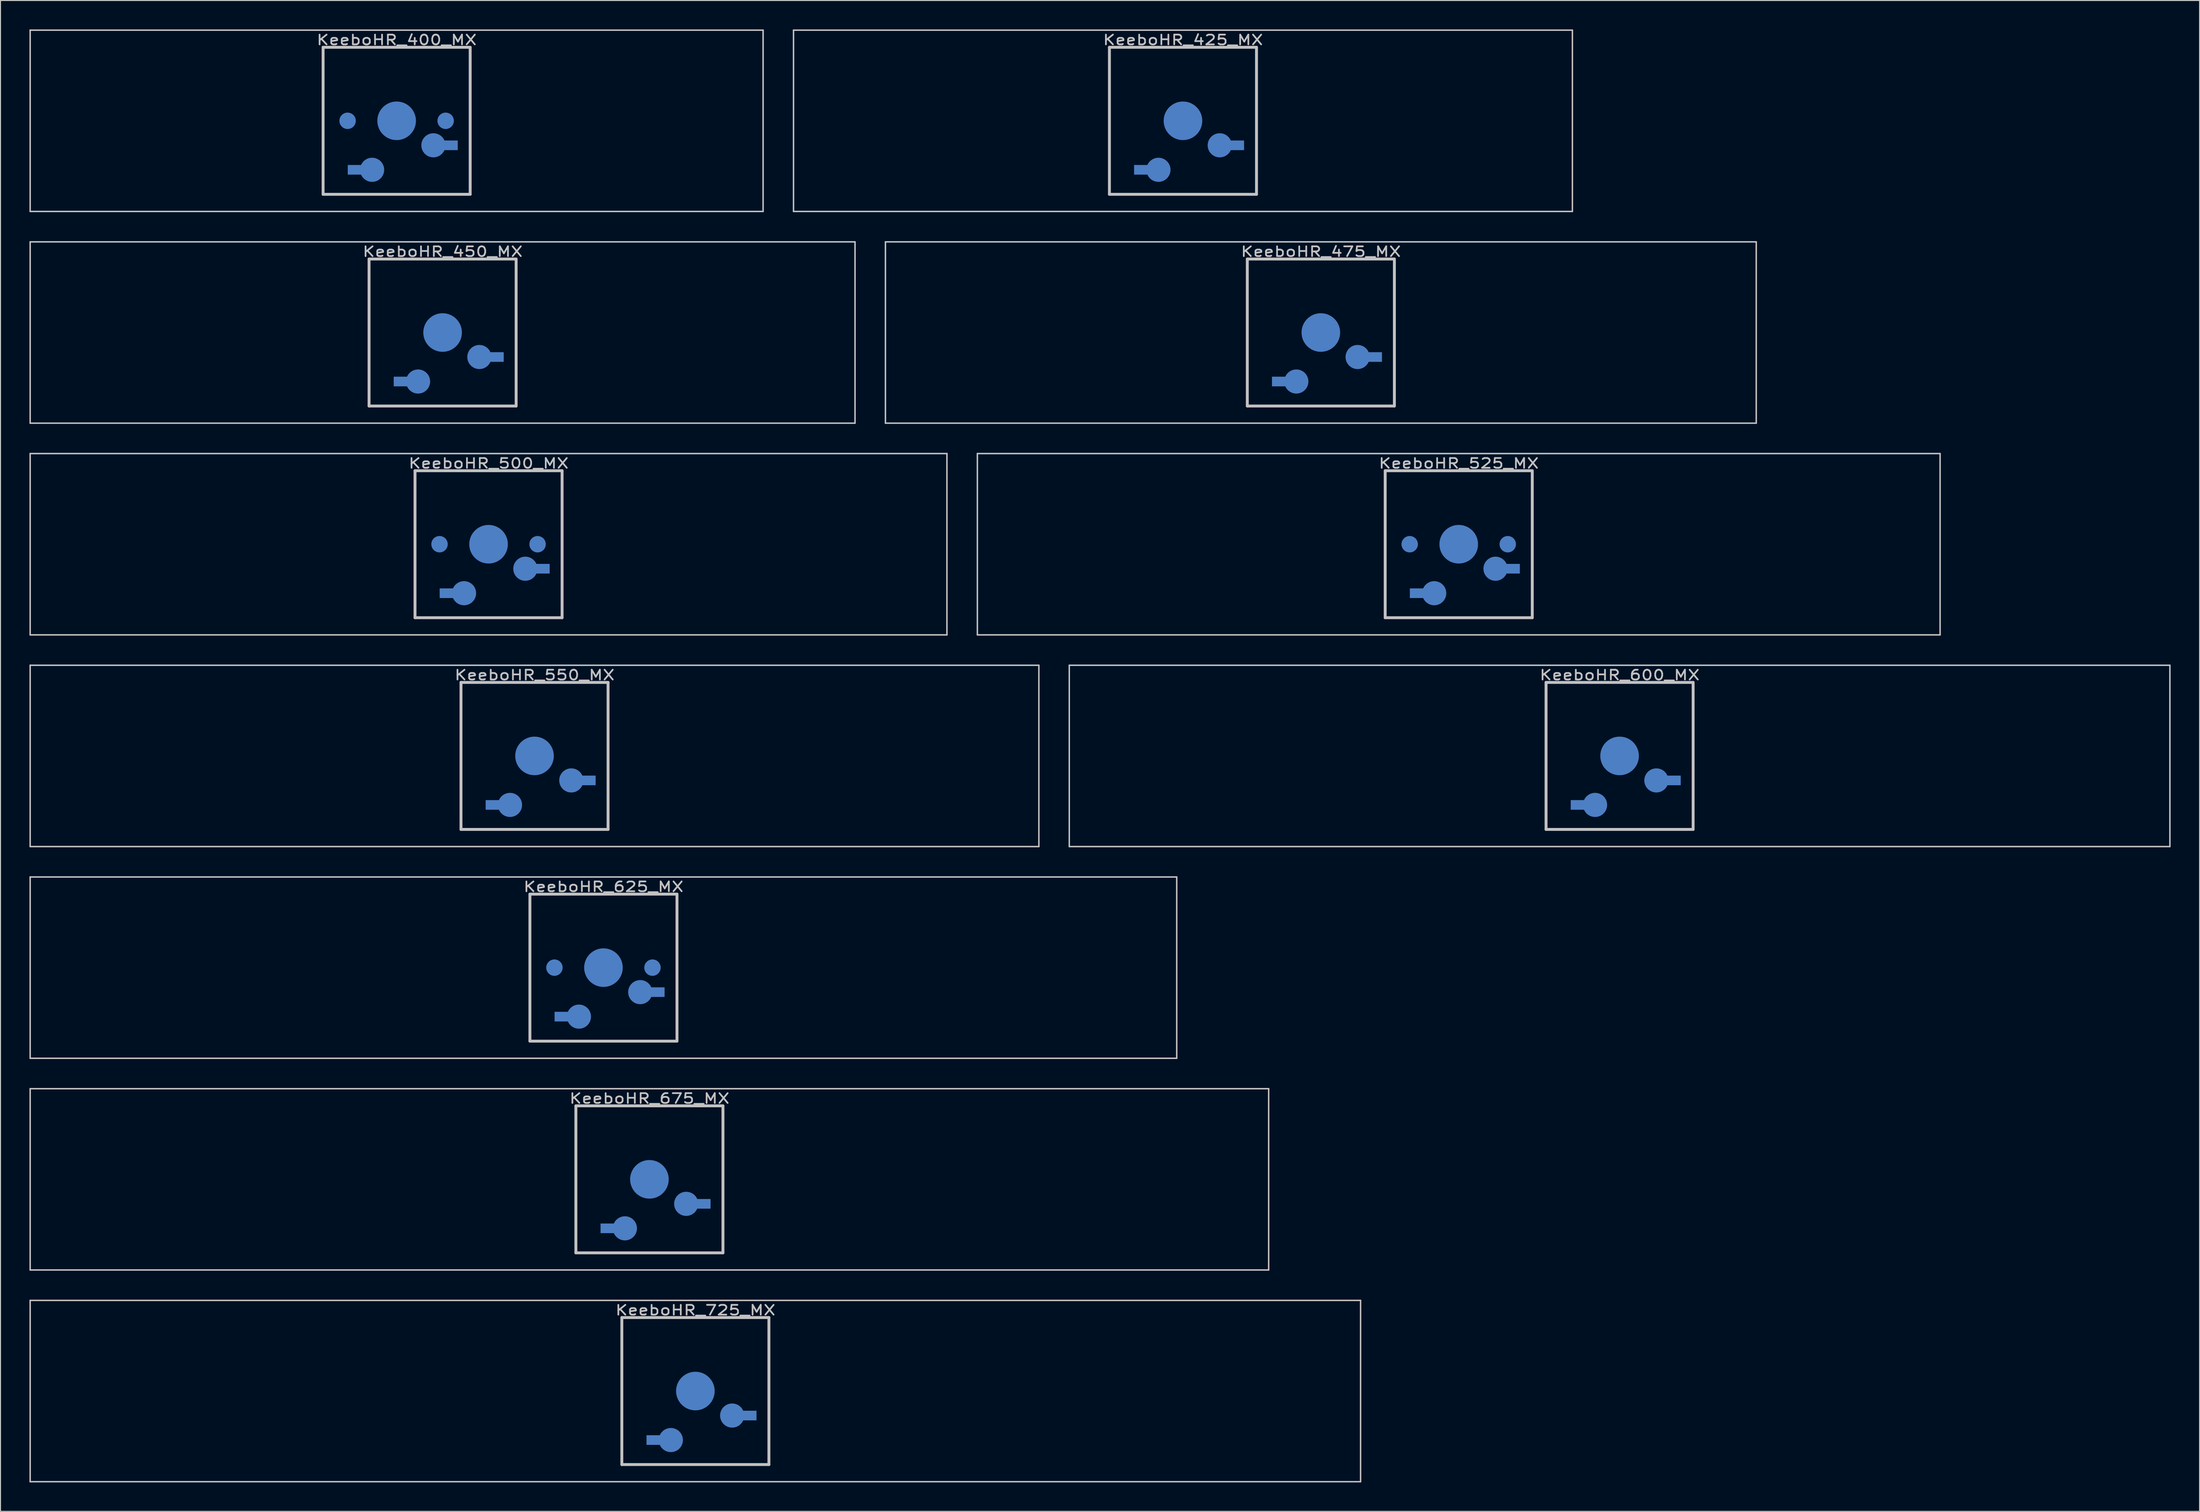
<source format=kicad_pcb>
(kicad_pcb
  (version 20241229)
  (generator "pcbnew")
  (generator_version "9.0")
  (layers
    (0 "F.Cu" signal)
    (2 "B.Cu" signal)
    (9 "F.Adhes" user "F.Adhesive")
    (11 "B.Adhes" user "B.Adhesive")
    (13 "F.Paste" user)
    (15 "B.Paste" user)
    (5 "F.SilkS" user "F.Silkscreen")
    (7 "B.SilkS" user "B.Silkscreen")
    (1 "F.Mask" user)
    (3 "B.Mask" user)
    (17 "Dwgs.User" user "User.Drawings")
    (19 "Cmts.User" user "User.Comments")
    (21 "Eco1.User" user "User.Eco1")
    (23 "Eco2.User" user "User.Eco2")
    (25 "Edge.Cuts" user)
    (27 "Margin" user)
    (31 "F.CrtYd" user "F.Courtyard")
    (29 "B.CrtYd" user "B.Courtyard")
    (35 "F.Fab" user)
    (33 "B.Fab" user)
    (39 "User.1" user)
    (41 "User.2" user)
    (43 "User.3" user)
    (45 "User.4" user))
  (footprint "KeeboHR_550_MX"
    (layer "B.Cu")
    (at 52.337 75.319)
    (property "Reference" "KeeboHR_550_MX" (at 0 -8.382 0) (layer "Dwgs.User") (effects (font (size 1.016 1.27) (thickness 0.178))))
    (attr through_hole)
    (fp_line (start -52.261 -9.398) (end 52.261 -9.398) (stroke (width 0.152) (type solid)) (layer "Dwgs.User"))
    (fp_line (start -52.261 9.398) (end -52.261 -9.398) (stroke (width 0.152) (type solid)) (layer "Dwgs.User"))
    (fp_line (start -7.62 -7.62) (end 7.62 -7.62) (stroke (width 0.3) (type solid)) (layer "Dwgs.User"))
    (fp_line (start -7.62 7.62) (end -7.62 -7.62) (stroke (width 0.3) (type solid)) (layer "Dwgs.User"))
    (fp_line (start 7.62 -7.62) (end 7.62 7.62) (stroke (width 0.3) (type solid)) (layer "Dwgs.User"))
    (fp_line (start 7.62 7.62) (end -7.62 7.62) (stroke (width 0.3) (type solid)) (layer "Dwgs.User"))
    (fp_line (start 52.261 -9.398) (end 52.261 9.398) (stroke (width 0.152) (type solid)) (layer "Dwgs.User"))
    (fp_line (start 52.261 9.398) (end -52.261 9.398) (stroke (width 0.152) (type solid)) (layer "Dwgs.User"))
    (pad "" smd circle (at 0 0) (size 4 4) (layers "B.Cu" "B.Mask"))
    (pad "1" smd circle (at 3.81 2.54) (size 2.5 2.5) (layers "B.Cu" "B.Mask"))
    (pad "1" smd rect (at 5.334 2.54) (size 2 1) (layers "B.Cu" "B.Mask"))
    (pad "2" smd rect (at -4.064 5.08) (size 2 1) (layers "B.Cu" "B.Mask"))
    (pad "2" smd circle (at -2.54 5.08) (size 2.5 2.5) (layers "B.Cu" "B.Mask")))
  (footprint "KeeboHR_450_MX"
    (layer "B.Cu")
    (at 42.812 31.423)
    (property "Reference" "KeeboHR_450_MX" (at 0 -8.382 0) (layer "Dwgs.User") (effects (font (size 1.016 1.27) (thickness 0.178))))
    (attr through_hole)
    (fp_line (start -42.736 -9.398) (end 42.736 -9.398) (stroke (width 0.152) (type solid)) (layer "Dwgs.User"))
    (fp_line (start -42.736 9.398) (end -42.736 -9.398) (stroke (width 0.152) (type solid)) (layer "Dwgs.User"))
    (fp_line (start -7.62 -7.62) (end 7.62 -7.62) (stroke (width 0.3) (type solid)) (layer "Dwgs.User"))
    (fp_line (start -7.62 7.62) (end -7.62 -7.62) (stroke (width 0.3) (type solid)) (layer "Dwgs.User"))
    (fp_line (start 7.62 -7.62) (end 7.62 7.62) (stroke (width 0.3) (type solid)) (layer "Dwgs.User"))
    (fp_line (start 7.62 7.62) (end -7.62 7.62) (stroke (width 0.3) (type solid)) (layer "Dwgs.User"))
    (fp_line (start 42.736 -9.398) (end 42.736 9.398) (stroke (width 0.152) (type solid)) (layer "Dwgs.User"))
    (fp_line (start 42.736 9.398) (end -42.736 9.398) (stroke (width 0.152) (type solid)) (layer "Dwgs.User"))
    (pad "" smd circle (at 0 0) (size 4 4) (layers "B.Cu" "B.Mask"))
    (pad "1" smd circle (at 3.81 2.54) (size 2.5 2.5) (layers "B.Cu" "B.Mask"))
    (pad "1" smd rect (at 5.334 2.54) (size 2 1) (layers "B.Cu" "B.Mask"))
    (pad "2" smd rect (at -4.064 5.08) (size 2 1) (layers "B.Cu" "B.Mask"))
    (pad "2" smd circle (at -2.54 5.08) (size 2.5 2.5) (layers "B.Cu" "B.Mask")))
  (footprint "KeeboHR_625_MX"
    (layer "B.Cu")
    (at 59.48 97.268)
    (property "Reference" "KeeboHR_625_MX" (at 0 -8.382 0) (layer "Dwgs.User") (effects (font (size 1.016 1.27) (thickness 0.178))))
    (attr through_hole)
    (fp_line (start -59.404 -9.398) (end 59.404 -9.398) (stroke (width 0.152) (type solid)) (layer "Dwgs.User"))
    (fp_line (start -59.404 9.398) (end -59.404 -9.398) (stroke (width 0.152) (type solid)) (layer "Dwgs.User"))
    (fp_line (start -7.62 -7.62) (end 7.62 -7.62) (stroke (width 0.3) (type solid)) (layer "Dwgs.User"))
    (fp_line (start -7.62 7.62) (end -7.62 -7.62) (stroke (width 0.3) (type solid)) (layer "Dwgs.User"))
    (fp_line (start 7.62 -7.62) (end 7.62 7.62) (stroke (width 0.3) (type solid)) (layer "Dwgs.User"))
    (fp_line (start 7.62 7.62) (end -7.62 7.62) (stroke (width 0.3) (type solid)) (layer "Dwgs.User"))
    (fp_line (start 59.404 -9.398) (end 59.404 9.398) (stroke (width 0.152) (type solid)) (layer "Dwgs.User"))
    (fp_line (start 59.404 9.398) (end -59.404 9.398) (stroke (width 0.152) (type solid)) (layer "Dwgs.User"))
    (pad "" smd circle (at -5.08 0) (size 1.7 1.7) (layers "B.Cu" "B.Mask"))
    (pad "" smd circle (at 0 0) (size 4 4) (layers "B.Cu" "B.Mask"))
    (pad "" smd circle (at 5.08 0) (size 1.7 1.7) (layers "B.Cu" "B.Mask"))
    (pad "1" smd circle (at 3.81 2.54) (size 2.5 2.5) (layers "B.Cu" "B.Mask"))
    (pad "1" smd rect (at 5.334 2.54) (size 2 1) (layers "B.Cu" "B.Mask"))
    (pad "2" smd rect (at -4.064 5.08) (size 2 1) (layers "B.Cu" "B.Mask"))
    (pad "2" smd circle (at -2.54 5.08) (size 2.5 2.5) (layers "B.Cu" "B.Mask")))
  (footprint "KeeboHR_475_MX"
    (layer "B.Cu")
    (at 133.816 31.423)
    (property "Reference" "KeeboHR_475_MX" (at 0 -8.382 0) (layer "Dwgs.User") (effects (font (size 1.016 1.27) (thickness 0.178))))
    (attr through_hole)
    (fp_line (start -45.117 -9.398) (end 45.117 -9.398) (stroke (width 0.152) (type solid)) (layer "Dwgs.User"))
    (fp_line (start -45.117 9.398) (end -45.117 -9.398) (stroke (width 0.152) (type solid)) (layer "Dwgs.User"))
    (fp_line (start -7.62 -7.62) (end 7.62 -7.62) (stroke (width 0.3) (type solid)) (layer "Dwgs.User"))
    (fp_line (start -7.62 7.62) (end -7.62 -7.62) (stroke (width 0.3) (type solid)) (layer "Dwgs.User"))
    (fp_line (start 7.62 -7.62) (end 7.62 7.62) (stroke (width 0.3) (type solid)) (layer "Dwgs.User"))
    (fp_line (start 7.62 7.62) (end -7.62 7.62) (stroke (width 0.3) (type solid)) (layer "Dwgs.User"))
    (fp_line (start 45.117 -9.398) (end 45.117 9.398) (stroke (width 0.152) (type solid)) (layer "Dwgs.User"))
    (fp_line (start 45.117 9.398) (end -45.117 9.398) (stroke (width 0.152) (type solid)) (layer "Dwgs.User"))
    (pad "" smd circle (at 0 0) (size 4 4) (layers "B.Cu" "B.Mask"))
    (pad "1" smd circle (at 3.81 2.54) (size 2.5 2.5) (layers "B.Cu" "B.Mask"))
    (pad "1" smd rect (at 5.334 2.54) (size 2 1) (layers "B.Cu" "B.Mask"))
    (pad "2" smd rect (at -4.064 5.08) (size 2 1) (layers "B.Cu" "B.Mask"))
    (pad "2" smd circle (at -2.54 5.08) (size 2.5 2.5) (layers "B.Cu" "B.Mask")))
  (footprint "KeeboHR_725_MX"
    (layer "B.Cu")
    (at 69.005 141.165)
    (property "Reference" "KeeboHR_725_MX" (at 0 -8.382 0) (layer "Dwgs.User") (effects (font (size 1.016 1.27) (thickness 0.178))))
    (attr through_hole)
    (fp_line (start -68.929 -9.398) (end 68.929 -9.398) (stroke (width 0.152) (type solid)) (layer "Dwgs.User"))
    (fp_line (start -68.929 9.398) (end -68.929 -9.398) (stroke (width 0.152) (type solid)) (layer "Dwgs.User"))
    (fp_line (start -7.62 -7.62) (end 7.62 -7.62) (stroke (width 0.3) (type solid)) (layer "Dwgs.User"))
    (fp_line (start -7.62 7.62) (end -7.62 -7.62) (stroke (width 0.3) (type solid)) (layer "Dwgs.User"))
    (fp_line (start 7.62 -7.62) (end 7.62 7.62) (stroke (width 0.3) (type solid)) (layer "Dwgs.User"))
    (fp_line (start 7.62 7.62) (end -7.62 7.62) (stroke (width 0.3) (type solid)) (layer "Dwgs.User"))
    (fp_line (start 68.929 -9.398) (end 68.929 9.398) (stroke (width 0.152) (type solid)) (layer "Dwgs.User"))
    (fp_line (start 68.929 9.398) (end -68.929 9.398) (stroke (width 0.152) (type solid)) (layer "Dwgs.User"))
    (pad "" smd circle (at 0 0) (size 4 4) (layers "B.Cu" "B.Mask"))
    (pad "1" smd circle (at 3.81 2.54) (size 2.5 2.5) (layers "B.Cu" "B.Mask"))
    (pad "1" smd rect (at 5.334 2.54) (size 2 1) (layers "B.Cu" "B.Mask"))
    (pad "2" smd rect (at -4.064 5.08) (size 2 1) (layers "B.Cu" "B.Mask"))
    (pad "2" smd circle (at -2.54 5.08) (size 2.5 2.5) (layers "B.Cu" "B.Mask")))
  (footprint "KeeboHR_500_MX"
    (layer "B.Cu")
    (at 47.574 53.371)
    (property "Reference" "KeeboHR_500_MX" (at 0 -8.382 0) (layer "Dwgs.User") (effects (font (size 1.016 1.27) (thickness 0.178))))
    (attr through_hole)
    (fp_line (start -47.498 -9.398) (end 47.498 -9.398) (stroke (width 0.152) (type solid)) (layer "Dwgs.User"))
    (fp_line (start -47.498 9.398) (end -47.498 -9.398) (stroke (width 0.152) (type solid)) (layer "Dwgs.User"))
    (fp_line (start -7.62 -7.62) (end 7.62 -7.62) (stroke (width 0.3) (type solid)) (layer "Dwgs.User"))
    (fp_line (start -7.62 7.62) (end -7.62 -7.62) (stroke (width 0.3) (type solid)) (layer "Dwgs.User"))
    (fp_line (start 7.62 -7.62) (end 7.62 7.62) (stroke (width 0.3) (type solid)) (layer "Dwgs.User"))
    (fp_line (start 7.62 7.62) (end -7.62 7.62) (stroke (width 0.3) (type solid)) (layer "Dwgs.User"))
    (fp_line (start 47.498 -9.398) (end 47.498 9.398) (stroke (width 0.152) (type solid)) (layer "Dwgs.User"))
    (fp_line (start 47.498 9.398) (end -47.498 9.398) (stroke (width 0.152) (type solid)) (layer "Dwgs.User"))
    (pad "" smd circle (at -5.08 0) (size 1.7 1.7) (layers "B.Cu" "B.Mask"))
    (pad "" smd circle (at 0 0) (size 4 4) (layers "B.Cu" "B.Mask"))
    (pad "" smd circle (at 5.08 0) (size 1.7 1.7) (layers "B.Cu" "B.Mask"))
    (pad "1" smd circle (at 3.81 2.54) (size 2.5 2.5) (layers "B.Cu" "B.Mask"))
    (pad "1" smd rect (at 5.334 2.54) (size 2 1) (layers "B.Cu" "B.Mask"))
    (pad "2" smd rect (at -4.064 5.08) (size 2 1) (layers "B.Cu" "B.Mask"))
    (pad "2" smd circle (at -2.54 5.08) (size 2.5 2.5) (layers "B.Cu" "B.Mask")))
  (footprint "KeeboHR_400_MX"
    (layer "B.Cu")
    (at 38.049 9.474)
    (property "Reference" "KeeboHR_400_MX" (at 0 -8.382 0) (layer "Dwgs.User") (effects (font (size 1.016 1.27) (thickness 0.178))))
    (attr through_hole)
    (fp_line (start -37.973 -9.398) (end 37.973 -9.398) (stroke (width 0.152) (type solid)) (layer "Dwgs.User"))
    (fp_line (start -37.973 9.398) (end -37.973 -9.398) (stroke (width 0.152) (type solid)) (layer "Dwgs.User"))
    (fp_line (start -7.62 -7.62) (end 7.62 -7.62) (stroke (width 0.3) (type solid)) (layer "Dwgs.User"))
    (fp_line (start -7.62 7.62) (end -7.62 -7.62) (stroke (width 0.3) (type solid)) (layer "Dwgs.User"))
    (fp_line (start 7.62 -7.62) (end 7.62 7.62) (stroke (width 0.3) (type solid)) (layer "Dwgs.User"))
    (fp_line (start 7.62 7.62) (end -7.62 7.62) (stroke (width 0.3) (type solid)) (layer "Dwgs.User"))
    (fp_line (start 37.973 -9.398) (end 37.973 9.398) (stroke (width 0.152) (type solid)) (layer "Dwgs.User"))
    (fp_line (start 37.973 9.398) (end -37.973 9.398) (stroke (width 0.152) (type solid)) (layer "Dwgs.User"))
    (pad "" smd circle (at -5.08 0) (size 1.7 1.7) (layers "B.Cu" "B.Mask"))
    (pad "" smd circle (at 0 0) (size 4 4) (layers "B.Cu" "B.Mask"))
    (pad "" smd circle (at 5.08 0) (size 1.7 1.7) (layers "B.Cu" "B.Mask"))
    (pad "1" smd circle (at 3.81 2.54) (size 2.5 2.5) (layers "B.Cu" "B.Mask"))
    (pad "1" smd rect (at 5.334 2.54) (size 2 1) (layers "B.Cu" "B.Mask"))
    (pad "2" smd rect (at -4.064 5.08) (size 2 1) (layers "B.Cu" "B.Mask"))
    (pad "2" smd circle (at -2.54 5.08) (size 2.5 2.5) (layers "B.Cu" "B.Mask")))
  (footprint "KeeboHR_600_MX"
    (layer "B.Cu")
    (at 164.773 75.319)
    (property "Reference" "KeeboHR_600_MX" (at 0 -8.382 0) (layer "Dwgs.User") (effects (font (size 1.016 1.27) (thickness 0.178))))
    (attr through_hole)
    (fp_line (start -57.023 -9.398) (end 57.023 -9.398) (stroke (width 0.152) (type solid)) (layer "Dwgs.User"))
    (fp_line (start -57.023 9.398) (end -57.023 -9.398) (stroke (width 0.152) (type solid)) (layer "Dwgs.User"))
    (fp_line (start -7.62 -7.62) (end 7.62 -7.62) (stroke (width 0.3) (type solid)) (layer "Dwgs.User"))
    (fp_line (start -7.62 7.62) (end -7.62 -7.62) (stroke (width 0.3) (type solid)) (layer "Dwgs.User"))
    (fp_line (start 7.62 -7.62) (end 7.62 7.62) (stroke (width 0.3) (type solid)) (layer "Dwgs.User"))
    (fp_line (start 7.62 7.62) (end -7.62 7.62) (stroke (width 0.3) (type solid)) (layer "Dwgs.User"))
    (fp_line (start 57.023 -9.398) (end 57.023 9.398) (stroke (width 0.152) (type solid)) (layer "Dwgs.User"))
    (fp_line (start 57.023 9.398) (end -57.023 9.398) (stroke (width 0.152) (type solid)) (layer "Dwgs.User"))
    (pad "" smd circle (at 0 0) (size 4 4) (layers "B.Cu" "B.Mask"))
    (pad "1" smd circle (at 3.81 2.54) (size 2.5 2.5) (layers "B.Cu" "B.Mask"))
    (pad "1" smd rect (at 5.334 2.54) (size 2 1) (layers "B.Cu" "B.Mask"))
    (pad "2" smd rect (at -4.064 5.08) (size 2 1) (layers "B.Cu" "B.Mask"))
    (pad "2" smd circle (at -2.54 5.08) (size 2.5 2.5) (layers "B.Cu" "B.Mask")))
  (footprint "KeeboHR_525_MX"
    (layer "B.Cu")
    (at 148.104 53.371)
    (property "Reference" "KeeboHR_525_MX" (at 0 -8.382 0) (layer "Dwgs.User") (effects (font (size 1.016 1.27) (thickness 0.178))))
    (attr through_hole)
    (fp_line (start -49.879 -9.398) (end 49.879 -9.398) (stroke (width 0.152) (type solid)) (layer "Dwgs.User"))
    (fp_line (start -49.879 9.398) (end -49.879 -9.398) (stroke (width 0.152) (type solid)) (layer "Dwgs.User"))
    (fp_line (start -7.62 -7.62) (end 7.62 -7.62) (stroke (width 0.3) (type solid)) (layer "Dwgs.User"))
    (fp_line (start -7.62 7.62) (end -7.62 -7.62) (stroke (width 0.3) (type solid)) (layer "Dwgs.User"))
    (fp_line (start 7.62 -7.62) (end 7.62 7.62) (stroke (width 0.3) (type solid)) (layer "Dwgs.User"))
    (fp_line (start 7.62 7.62) (end -7.62 7.62) (stroke (width 0.3) (type solid)) (layer "Dwgs.User"))
    (fp_line (start 49.879 -9.398) (end 49.879 9.398) (stroke (width 0.152) (type solid)) (layer "Dwgs.User"))
    (fp_line (start 49.879 9.398) (end -49.879 9.398) (stroke (width 0.152) (type solid)) (layer "Dwgs.User"))
    (pad "" smd circle (at -5.08 0) (size 1.7 1.7) (layers "B.Cu" "B.Mask"))
    (pad "" smd circle (at 0 0) (size 4 4) (layers "B.Cu" "B.Mask"))
    (pad "" smd circle (at 5.08 0) (size 1.7 1.7) (layers "B.Cu" "B.Mask"))
    (pad "1" smd circle (at 3.81 2.54) (size 2.5 2.5) (layers "B.Cu" "B.Mask"))
    (pad "1" smd rect (at 5.334 2.54) (size 2 1) (layers "B.Cu" "B.Mask"))
    (pad "2" smd rect (at -4.064 5.08) (size 2 1) (layers "B.Cu" "B.Mask"))
    (pad "2" smd circle (at -2.54 5.08) (size 2.5 2.5) (layers "B.Cu" "B.Mask")))
  (footprint "KeeboHR_675_MX"
    (layer "B.Cu")
    (at 64.243 119.216)
    (property "Reference" "KeeboHR_675_MX" (at 0 -8.382 0) (layer "Dwgs.User") (effects (font (size 1.016 1.27) (thickness 0.178))))
    (attr through_hole)
    (fp_line (start -64.167 -9.398) (end 64.167 -9.398) (stroke (width 0.152) (type solid)) (layer "Dwgs.User"))
    (fp_line (start -64.167 9.398) (end -64.167 -9.398) (stroke (width 0.152) (type solid)) (layer "Dwgs.User"))
    (fp_line (start -7.62 -7.62) (end 7.62 -7.62) (stroke (width 0.3) (type solid)) (layer "Dwgs.User"))
    (fp_line (start -7.62 7.62) (end -7.62 -7.62) (stroke (width 0.3) (type solid)) (layer "Dwgs.User"))
    (fp_line (start 7.62 -7.62) (end 7.62 7.62) (stroke (width 0.3) (type solid)) (layer "Dwgs.User"))
    (fp_line (start 7.62 7.62) (end -7.62 7.62) (stroke (width 0.3) (type solid)) (layer "Dwgs.User"))
    (fp_line (start 64.167 -9.398) (end 64.167 9.398) (stroke (width 0.152) (type solid)) (layer "Dwgs.User"))
    (fp_line (start 64.167 9.398) (end -64.167 9.398) (stroke (width 0.152) (type solid)) (layer "Dwgs.User"))
    (pad "" smd circle (at 0 0) (size 4 4) (layers "B.Cu" "B.Mask"))
    (pad "1" smd circle (at 3.81 2.54) (size 2.5 2.5) (layers "B.Cu" "B.Mask"))
    (pad "1" smd rect (at 5.334 2.54) (size 2 1) (layers "B.Cu" "B.Mask"))
    (pad "2" smd rect (at -4.064 5.08) (size 2 1) (layers "B.Cu" "B.Mask"))
    (pad "2" smd circle (at -2.54 5.08) (size 2.5 2.5) (layers "B.Cu" "B.Mask")))
  (footprint "KeeboHR_425_MX"
    (layer "B.Cu")
    (at 119.529 9.474)
    (property "Reference" "KeeboHR_425_MX" (at 0 -8.382 0) (layer "Dwgs.User") (effects (font (size 1.016 1.27) (thickness 0.178))))
    (attr through_hole)
    (fp_line (start -40.354 -9.398) (end 40.354 -9.398) (stroke (width 0.152) (type solid)) (layer "Dwgs.User"))
    (fp_line (start -40.354 9.398) (end -40.354 -9.398) (stroke (width 0.152) (type solid)) (layer "Dwgs.User"))
    (fp_line (start -7.62 -7.62) (end 7.62 -7.62) (stroke (width 0.3) (type solid)) (layer "Dwgs.User"))
    (fp_line (start -7.62 7.62) (end -7.62 -7.62) (stroke (width 0.3) (type solid)) (layer "Dwgs.User"))
    (fp_line (start 7.62 -7.62) (end 7.62 7.62) (stroke (width 0.3) (type solid)) (layer "Dwgs.User"))
    (fp_line (start 7.62 7.62) (end -7.62 7.62) (stroke (width 0.3) (type solid)) (layer "Dwgs.User"))
    (fp_line (start 40.354 -9.398) (end 40.354 9.398) (stroke (width 0.152) (type solid)) (layer "Dwgs.User"))
    (fp_line (start 40.354 9.398) (end -40.354 9.398) (stroke (width 0.152) (type solid)) (layer "Dwgs.User"))
    (pad "" smd circle (at 0 0) (size 4 4) (layers "B.Cu" "B.Mask"))
    (pad "1" smd circle (at 3.81 2.54) (size 2.5 2.5) (layers "B.Cu" "B.Mask"))
    (pad "1" smd rect (at 5.334 2.54) (size 2 1) (layers "B.Cu" "B.Mask"))
    (pad "2" smd rect (at -4.064 5.08) (size 2 1) (layers "B.Cu" "B.Mask"))
    (pad "2" smd circle (at -2.54 5.08) (size 2.5 2.5) (layers "B.Cu" "B.Mask")))
  (gr_rect
    (start -3 -3)
    (end 224.872 153.639)
    (stroke (width 0.1) (type default))
    (fill no)
    (layer "Edge.Cuts")))
</source>
